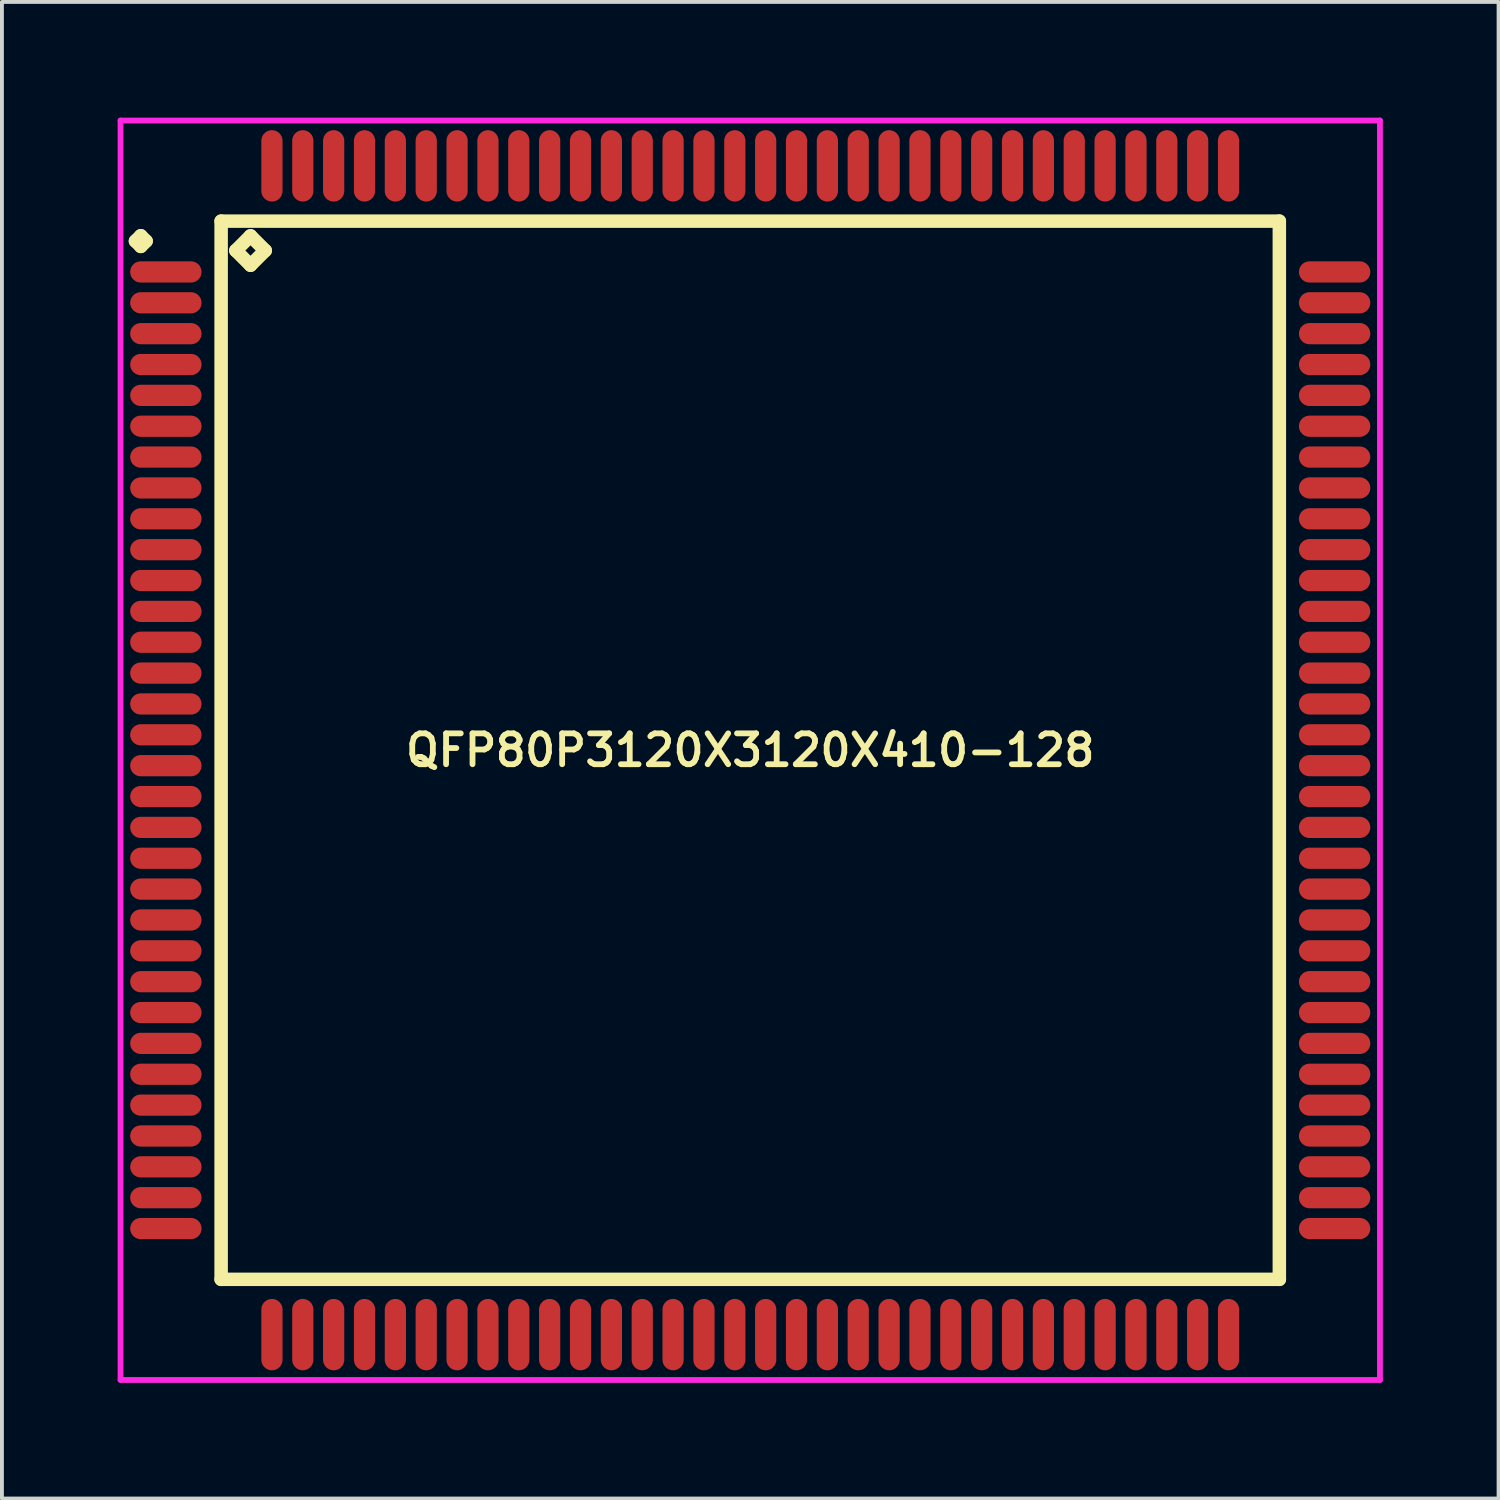
<source format=kicad_pcb>
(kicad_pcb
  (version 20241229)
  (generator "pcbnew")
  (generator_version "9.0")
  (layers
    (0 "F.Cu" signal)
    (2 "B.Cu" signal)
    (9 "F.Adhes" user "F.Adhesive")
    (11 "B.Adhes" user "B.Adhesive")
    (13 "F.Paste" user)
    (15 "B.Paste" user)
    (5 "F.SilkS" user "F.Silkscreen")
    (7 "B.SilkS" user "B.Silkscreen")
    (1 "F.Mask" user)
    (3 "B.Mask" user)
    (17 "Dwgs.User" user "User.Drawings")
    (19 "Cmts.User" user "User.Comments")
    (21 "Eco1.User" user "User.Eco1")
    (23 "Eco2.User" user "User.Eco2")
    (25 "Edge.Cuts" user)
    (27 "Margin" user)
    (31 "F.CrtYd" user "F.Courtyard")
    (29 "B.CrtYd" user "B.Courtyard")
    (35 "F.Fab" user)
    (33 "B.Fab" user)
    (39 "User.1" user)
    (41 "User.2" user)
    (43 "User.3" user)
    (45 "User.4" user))
  (footprint "QFP80P3120X3120X410-128"
    (layer "F.Cu")
    (at 16.4 16.4)
    (property "Reference" "QFP80P3120X3120X410-128" (at 0 0 0) (layer "F.SilkS") (effects (font (size 0.8 0.8) (thickness 0.15))))
    (attr smd)
    (fp_line (start -15.938 -13.2) (end -15.8 -13.338) (stroke (width 0.35) (type solid)) (layer "F.SilkS"))
    (fp_line (start -15.8 -13.338) (end -15.662 -13.2) (stroke (width 0.35) (type solid)) (layer "F.SilkS"))
    (fp_line (start -15.8 -13.062) (end -15.938 -13.2) (stroke (width 0.35) (type solid)) (layer "F.SilkS"))
    (fp_line (start -15.662 -13.2) (end -15.8 -13.062) (stroke (width 0.35) (type solid)) (layer "F.SilkS"))
    (fp_line (start -13.717 -13.717) (end -13.717 13.717) (stroke (width 0.35) (type solid)) (layer "F.SilkS"))
    (fp_line (start -13.717 13.717) (end 13.717 13.717) (stroke (width 0.35) (type solid)) (layer "F.SilkS"))
    (fp_line (start -13.336 -12.955) (end -12.955 -13.336) (stroke (width 0.35) (type solid)) (layer "F.SilkS"))
    (fp_line (start -12.955 -13.336) (end -12.574 -12.955) (stroke (width 0.35) (type solid)) (layer "F.SilkS"))
    (fp_line (start -12.955 -12.574) (end -13.336 -12.955) (stroke (width 0.35) (type solid)) (layer "F.SilkS"))
    (fp_line (start -12.574 -12.955) (end -12.955 -12.574) (stroke (width 0.35) (type solid)) (layer "F.SilkS"))
    (fp_line (start 13.717 -13.717) (end -13.717 -13.717) (stroke (width 0.35) (type solid)) (layer "F.SilkS"))
    (fp_line (start 13.717 13.717) (end 13.717 -13.717) (stroke (width 0.35) (type solid)) (layer "F.SilkS"))
    (fp_line (start -16.325 -16.325) (end 16.325 -16.325) (stroke (width 0.15) (type solid)) (layer "F.CrtYd"))
    (fp_line (start -16.325 16.325) (end -16.325 -16.325) (stroke (width 0.15) (type solid)) (layer "F.CrtYd"))
    (fp_line (start 16.325 -16.325) (end 16.325 16.325) (stroke (width 0.15) (type solid)) (layer "F.CrtYd"))
    (fp_line (start 16.325 16.325) (end -16.325 16.325) (stroke (width 0.15) (type solid)) (layer "F.CrtYd"))
    (pad "1" smd oval (at -15.15 -12.4) (size 1.85 0.55) (layers "F.Cu" "F.Mask" "F.Paste"))
    (pad "2" smd oval (at -15.15 -11.6) (size 1.85 0.55) (layers "F.Cu" "F.Mask" "F.Paste"))
    (pad "3" smd oval (at -15.15 -10.8) (size 1.85 0.55) (layers "F.Cu" "F.Mask" "F.Paste"))
    (pad "4" smd oval (at -15.15 -10) (size 1.85 0.55) (layers "F.Cu" "F.Mask" "F.Paste"))
    (pad "5" smd oval (at -15.15 -9.2) (size 1.85 0.55) (layers "F.Cu" "F.Mask" "F.Paste"))
    (pad "6" smd oval (at -15.15 -8.4) (size 1.85 0.55) (layers "F.Cu" "F.Mask" "F.Paste"))
    (pad "7" smd oval (at -15.15 -7.6) (size 1.85 0.55) (layers "F.Cu" "F.Mask" "F.Paste"))
    (pad "8" smd oval (at -15.15 -6.8) (size 1.85 0.55) (layers "F.Cu" "F.Mask" "F.Paste"))
    (pad "9" smd oval (at -15.15 -6) (size 1.85 0.55) (layers "F.Cu" "F.Mask" "F.Paste"))
    (pad "10" smd oval (at -15.15 -5.2) (size 1.85 0.55) (layers "F.Cu" "F.Mask" "F.Paste"))
    (pad "11" smd oval (at -15.15 -4.4) (size 1.85 0.55) (layers "F.Cu" "F.Mask" "F.Paste"))
    (pad "12" smd oval (at -15.15 -3.6) (size 1.85 0.55) (layers "F.Cu" "F.Mask" "F.Paste"))
    (pad "13" smd oval (at -15.15 -2.8) (size 1.85 0.55) (layers "F.Cu" "F.Mask" "F.Paste"))
    (pad "14" smd oval (at -15.15 -2) (size 1.85 0.55) (layers "F.Cu" "F.Mask" "F.Paste"))
    (pad "15" smd oval (at -15.15 -1.2) (size 1.85 0.55) (layers "F.Cu" "F.Mask" "F.Paste"))
    (pad "16" smd oval (at -15.15 -0.4) (size 1.85 0.55) (layers "F.Cu" "F.Mask" "F.Paste"))
    (pad "17" smd oval (at -15.15 0.4) (size 1.85 0.55) (layers "F.Cu" "F.Mask" "F.Paste"))
    (pad "18" smd oval (at -15.15 1.2) (size 1.85 0.55) (layers "F.Cu" "F.Mask" "F.Paste"))
    (pad "19" smd oval (at -15.15 2) (size 1.85 0.55) (layers "F.Cu" "F.Mask" "F.Paste"))
    (pad "20" smd oval (at -15.15 2.8) (size 1.85 0.55) (layers "F.Cu" "F.Mask" "F.Paste"))
    (pad "21" smd oval (at -15.15 3.6) (size 1.85 0.55) (layers "F.Cu" "F.Mask" "F.Paste"))
    (pad "22" smd oval (at -15.15 4.4) (size 1.85 0.55) (layers "F.Cu" "F.Mask" "F.Paste"))
    (pad "23" smd oval (at -15.15 5.2) (size 1.85 0.55) (layers "F.Cu" "F.Mask" "F.Paste"))
    (pad "24" smd oval (at -15.15 6) (size 1.85 0.55) (layers "F.Cu" "F.Mask" "F.Paste"))
    (pad "25" smd oval (at -15.15 6.8) (size 1.85 0.55) (layers "F.Cu" "F.Mask" "F.Paste"))
    (pad "26" smd oval (at -15.15 7.6) (size 1.85 0.55) (layers "F.Cu" "F.Mask" "F.Paste"))
    (pad "27" smd oval (at -15.15 8.4) (size 1.85 0.55) (layers "F.Cu" "F.Mask" "F.Paste"))
    (pad "28" smd oval (at -15.15 9.2) (size 1.85 0.55) (layers "F.Cu" "F.Mask" "F.Paste"))
    (pad "29" smd oval (at -15.15 10) (size 1.85 0.55) (layers "F.Cu" "F.Mask" "F.Paste"))
    (pad "30" smd oval (at -15.15 10.8) (size 1.85 0.55) (layers "F.Cu" "F.Mask" "F.Paste"))
    (pad "31" smd oval (at -15.15 11.6) (size 1.85 0.55) (layers "F.Cu" "F.Mask" "F.Paste"))
    (pad "32" smd oval (at -15.15 12.4) (size 1.85 0.55) (layers "F.Cu" "F.Mask" "F.Paste"))
    (pad "33" smd oval (at -12.4 15.15) (size 0.55 1.85) (layers "F.Cu" "F.Mask" "F.Paste"))
    (pad "34" smd oval (at -11.6 15.15) (size 0.55 1.85) (layers "F.Cu" "F.Mask" "F.Paste"))
    (pad "35" smd oval (at -10.8 15.15) (size 0.55 1.85) (layers "F.Cu" "F.Mask" "F.Paste"))
    (pad "36" smd oval (at -10 15.15) (size 0.55 1.85) (layers "F.Cu" "F.Mask" "F.Paste"))
    (pad "37" smd oval (at -9.2 15.15) (size 0.55 1.85) (layers "F.Cu" "F.Mask" "F.Paste"))
    (pad "38" smd oval (at -8.4 15.15) (size 0.55 1.85) (layers "F.Cu" "F.Mask" "F.Paste"))
    (pad "39" smd oval (at -7.6 15.15) (size 0.55 1.85) (layers "F.Cu" "F.Mask" "F.Paste"))
    (pad "40" smd oval (at -6.8 15.15) (size 0.55 1.85) (layers "F.Cu" "F.Mask" "F.Paste"))
    (pad "41" smd oval (at -6 15.15) (size 0.55 1.85) (layers "F.Cu" "F.Mask" "F.Paste"))
    (pad "42" smd oval (at -5.2 15.15) (size 0.55 1.85) (layers "F.Cu" "F.Mask" "F.Paste"))
    (pad "43" smd oval (at -4.4 15.15) (size 0.55 1.85) (layers "F.Cu" "F.Mask" "F.Paste"))
    (pad "44" smd oval (at -3.6 15.15) (size 0.55 1.85) (layers "F.Cu" "F.Mask" "F.Paste"))
    (pad "45" smd oval (at -2.8 15.15) (size 0.55 1.85) (layers "F.Cu" "F.Mask" "F.Paste"))
    (pad "46" smd oval (at -2 15.15) (size 0.55 1.85) (layers "F.Cu" "F.Mask" "F.Paste"))
    (pad "47" smd oval (at -1.2 15.15) (size 0.55 1.85) (layers "F.Cu" "F.Mask" "F.Paste"))
    (pad "48" smd oval (at -0.4 15.15) (size 0.55 1.85) (layers "F.Cu" "F.Mask" "F.Paste"))
    (pad "49" smd oval (at 0.4 15.15) (size 0.55 1.85) (layers "F.Cu" "F.Mask" "F.Paste"))
    (pad "50" smd oval (at 1.2 15.15) (size 0.55 1.85) (layers "F.Cu" "F.Mask" "F.Paste"))
    (pad "51" smd oval (at 2 15.15) (size 0.55 1.85) (layers "F.Cu" "F.Mask" "F.Paste"))
    (pad "52" smd oval (at 2.8 15.15) (size 0.55 1.85) (layers "F.Cu" "F.Mask" "F.Paste"))
    (pad "53" smd oval (at 3.6 15.15) (size 0.55 1.85) (layers "F.Cu" "F.Mask" "F.Paste"))
    (pad "54" smd oval (at 4.4 15.15) (size 0.55 1.85) (layers "F.Cu" "F.Mask" "F.Paste"))
    (pad "55" smd oval (at 5.2 15.15) (size 0.55 1.85) (layers "F.Cu" "F.Mask" "F.Paste"))
    (pad "56" smd oval (at 6 15.15) (size 0.55 1.85) (layers "F.Cu" "F.Mask" "F.Paste"))
    (pad "57" smd oval (at 6.8 15.15) (size 0.55 1.85) (layers "F.Cu" "F.Mask" "F.Paste"))
    (pad "58" smd oval (at 7.6 15.15) (size 0.55 1.85) (layers "F.Cu" "F.Mask" "F.Paste"))
    (pad "59" smd oval (at 8.4 15.15) (size 0.55 1.85) (layers "F.Cu" "F.Mask" "F.Paste"))
    (pad "60" smd oval (at 9.2 15.15) (size 0.55 1.85) (layers "F.Cu" "F.Mask" "F.Paste"))
    (pad "61" smd oval (at 10 15.15) (size 0.55 1.85) (layers "F.Cu" "F.Mask" "F.Paste"))
    (pad "62" smd oval (at 10.8 15.15) (size 0.55 1.85) (layers "F.Cu" "F.Mask" "F.Paste"))
    (pad "63" smd oval (at 11.6 15.15) (size 0.55 1.85) (layers "F.Cu" "F.Mask" "F.Paste"))
    (pad "64" smd oval (at 12.4 15.15) (size 0.55 1.85) (layers "F.Cu" "F.Mask" "F.Paste"))
    (pad "65" smd oval (at 15.15 12.4) (size 1.85 0.55) (layers "F.Cu" "F.Mask" "F.Paste"))
    (pad "66" smd oval (at 15.15 11.6) (size 1.85 0.55) (layers "F.Cu" "F.Mask" "F.Paste"))
    (pad "67" smd oval (at 15.15 10.8) (size 1.85 0.55) (layers "F.Cu" "F.Mask" "F.Paste"))
    (pad "68" smd oval (at 15.15 10) (size 1.85 0.55) (layers "F.Cu" "F.Mask" "F.Paste"))
    (pad "69" smd oval (at 15.15 9.2) (size 1.85 0.55) (layers "F.Cu" "F.Mask" "F.Paste"))
    (pad "70" smd oval (at 15.15 8.4) (size 1.85 0.55) (layers "F.Cu" "F.Mask" "F.Paste"))
    (pad "71" smd oval (at 15.15 7.6) (size 1.85 0.55) (layers "F.Cu" "F.Mask" "F.Paste"))
    (pad "72" smd oval (at 15.15 6.8) (size 1.85 0.55) (layers "F.Cu" "F.Mask" "F.Paste"))
    (pad "73" smd oval (at 15.15 6) (size 1.85 0.55) (layers "F.Cu" "F.Mask" "F.Paste"))
    (pad "74" smd oval (at 15.15 5.2) (size 1.85 0.55) (layers "F.Cu" "F.Mask" "F.Paste"))
    (pad "75" smd oval (at 15.15 4.4) (size 1.85 0.55) (layers "F.Cu" "F.Mask" "F.Paste"))
    (pad "76" smd oval (at 15.15 3.6) (size 1.85 0.55) (layers "F.Cu" "F.Mask" "F.Paste"))
    (pad "77" smd oval (at 15.15 2.8) (size 1.85 0.55) (layers "F.Cu" "F.Mask" "F.Paste"))
    (pad "78" smd oval (at 15.15 2) (size 1.85 0.55) (layers "F.Cu" "F.Mask" "F.Paste"))
    (pad "79" smd oval (at 15.15 1.2) (size 1.85 0.55) (layers "F.Cu" "F.Mask" "F.Paste"))
    (pad "80" smd oval (at 15.15 0.4) (size 1.85 0.55) (layers "F.Cu" "F.Mask" "F.Paste"))
    (pad "81" smd oval (at 15.15 -0.4) (size 1.85 0.55) (layers "F.Cu" "F.Mask" "F.Paste"))
    (pad "82" smd oval (at 15.15 -1.2) (size 1.85 0.55) (layers "F.Cu" "F.Mask" "F.Paste"))
    (pad "83" smd oval (at 15.15 -2) (size 1.85 0.55) (layers "F.Cu" "F.Mask" "F.Paste"))
    (pad "84" smd oval (at 15.15 -2.8) (size 1.85 0.55) (layers "F.Cu" "F.Mask" "F.Paste"))
    (pad "85" smd oval (at 15.15 -3.6) (size 1.85 0.55) (layers "F.Cu" "F.Mask" "F.Paste"))
    (pad "86" smd oval (at 15.15 -4.4) (size 1.85 0.55) (layers "F.Cu" "F.Mask" "F.Paste"))
    (pad "87" smd oval (at 15.15 -5.2) (size 1.85 0.55) (layers "F.Cu" "F.Mask" "F.Paste"))
    (pad "88" smd oval (at 15.15 -6) (size 1.85 0.55) (layers "F.Cu" "F.Mask" "F.Paste"))
    (pad "89" smd oval (at 15.15 -6.8) (size 1.85 0.55) (layers "F.Cu" "F.Mask" "F.Paste"))
    (pad "90" smd oval (at 15.15 -7.6) (size 1.85 0.55) (layers "F.Cu" "F.Mask" "F.Paste"))
    (pad "91" smd oval (at 15.15 -8.4) (size 1.85 0.55) (layers "F.Cu" "F.Mask" "F.Paste"))
    (pad "92" smd oval (at 15.15 -9.2) (size 1.85 0.55) (layers "F.Cu" "F.Mask" "F.Paste"))
    (pad "93" smd oval (at 15.15 -10) (size 1.85 0.55) (layers "F.Cu" "F.Mask" "F.Paste"))
    (pad "94" smd oval (at 15.15 -10.8) (size 1.85 0.55) (layers "F.Cu" "F.Mask" "F.Paste"))
    (pad "95" smd oval (at 15.15 -11.6) (size 1.85 0.55) (layers "F.Cu" "F.Mask" "F.Paste"))
    (pad "96" smd oval (at 15.15 -12.4) (size 1.85 0.55) (layers "F.Cu" "F.Mask" "F.Paste"))
    (pad "97" smd oval (at 12.4 -15.15) (size 0.55 1.85) (layers "F.Cu" "F.Mask" "F.Paste"))
    (pad "98" smd oval (at 11.6 -15.15) (size 0.55 1.85) (layers "F.Cu" "F.Mask" "F.Paste"))
    (pad "99" smd oval (at 10.8 -15.15) (size 0.55 1.85) (layers "F.Cu" "F.Mask" "F.Paste"))
    (pad "100" smd oval (at 10 -15.15) (size 0.55 1.85) (layers "F.Cu" "F.Mask" "F.Paste"))
    (pad "101" smd oval (at 9.2 -15.15) (size 0.55 1.85) (layers "F.Cu" "F.Mask" "F.Paste"))
    (pad "102" smd oval (at 8.4 -15.15) (size 0.55 1.85) (layers "F.Cu" "F.Mask" "F.Paste"))
    (pad "103" smd oval (at 7.6 -15.15) (size 0.55 1.85) (layers "F.Cu" "F.Mask" "F.Paste"))
    (pad "104" smd oval (at 6.8 -15.15) (size 0.55 1.85) (layers "F.Cu" "F.Mask" "F.Paste"))
    (pad "105" smd oval (at 6 -15.15) (size 0.55 1.85) (layers "F.Cu" "F.Mask" "F.Paste"))
    (pad "106" smd oval (at 5.2 -15.15) (size 0.55 1.85) (layers "F.Cu" "F.Mask" "F.Paste"))
    (pad "107" smd oval (at 4.4 -15.15) (size 0.55 1.85) (layers "F.Cu" "F.Mask" "F.Paste"))
    (pad "108" smd oval (at 3.6 -15.15) (size 0.55 1.85) (layers "F.Cu" "F.Mask" "F.Paste"))
    (pad "109" smd oval (at 2.8 -15.15) (size 0.55 1.85) (layers "F.Cu" "F.Mask" "F.Paste"))
    (pad "110" smd oval (at 2 -15.15) (size 0.55 1.85) (layers "F.Cu" "F.Mask" "F.Paste"))
    (pad "111" smd oval (at 1.2 -15.15) (size 0.55 1.85) (layers "F.Cu" "F.Mask" "F.Paste"))
    (pad "112" smd oval (at 0.4 -15.15) (size 0.55 1.85) (layers "F.Cu" "F.Mask" "F.Paste"))
    (pad "113" smd oval (at -0.4 -15.15) (size 0.55 1.85) (layers "F.Cu" "F.Mask" "F.Paste"))
    (pad "114" smd oval (at -1.2 -15.15) (size 0.55 1.85) (layers "F.Cu" "F.Mask" "F.Paste"))
    (pad "115" smd oval (at -2 -15.15) (size 0.55 1.85) (layers "F.Cu" "F.Mask" "F.Paste"))
    (pad "116" smd oval (at -2.8 -15.15) (size 0.55 1.85) (layers "F.Cu" "F.Mask" "F.Paste"))
    (pad "117" smd oval (at -3.6 -15.15) (size 0.55 1.85) (layers "F.Cu" "F.Mask" "F.Paste"))
    (pad "118" smd oval (at -4.4 -15.15) (size 0.55 1.85) (layers "F.Cu" "F.Mask" "F.Paste"))
    (pad "119" smd oval (at -5.2 -15.15) (size 0.55 1.85) (layers "F.Cu" "F.Mask" "F.Paste"))
    (pad "120" smd oval (at -6 -15.15) (size 0.55 1.85) (layers "F.Cu" "F.Mask" "F.Paste"))
    (pad "121" smd oval (at -6.8 -15.15) (size 0.55 1.85) (layers "F.Cu" "F.Mask" "F.Paste"))
    (pad "122" smd oval (at -7.6 -15.15) (size 0.55 1.85) (layers "F.Cu" "F.Mask" "F.Paste"))
    (pad "123" smd oval (at -8.4 -15.15) (size 0.55 1.85) (layers "F.Cu" "F.Mask" "F.Paste"))
    (pad "124" smd oval (at -9.2 -15.15) (size 0.55 1.85) (layers "F.Cu" "F.Mask" "F.Paste"))
    (pad "125" smd oval (at -10 -15.15) (size 0.55 1.85) (layers "F.Cu" "F.Mask" "F.Paste"))
    (pad "126" smd oval (at -10.8 -15.15) (size 0.55 1.85) (layers "F.Cu" "F.Mask" "F.Paste"))
    (pad "127" smd oval (at -11.6 -15.15) (size 0.55 1.85) (layers "F.Cu" "F.Mask" "F.Paste"))
    (pad "128" smd oval (at -12.4 -15.15) (size 0.55 1.85) (layers "F.Cu" "F.Mask" "F.Paste")))
  (gr_rect
    (start -3 -3)
    (end 35.8 35.8)
    (stroke (width 0.1) (type default))
    (fill no)
    (layer "Edge.Cuts")))
</source>
